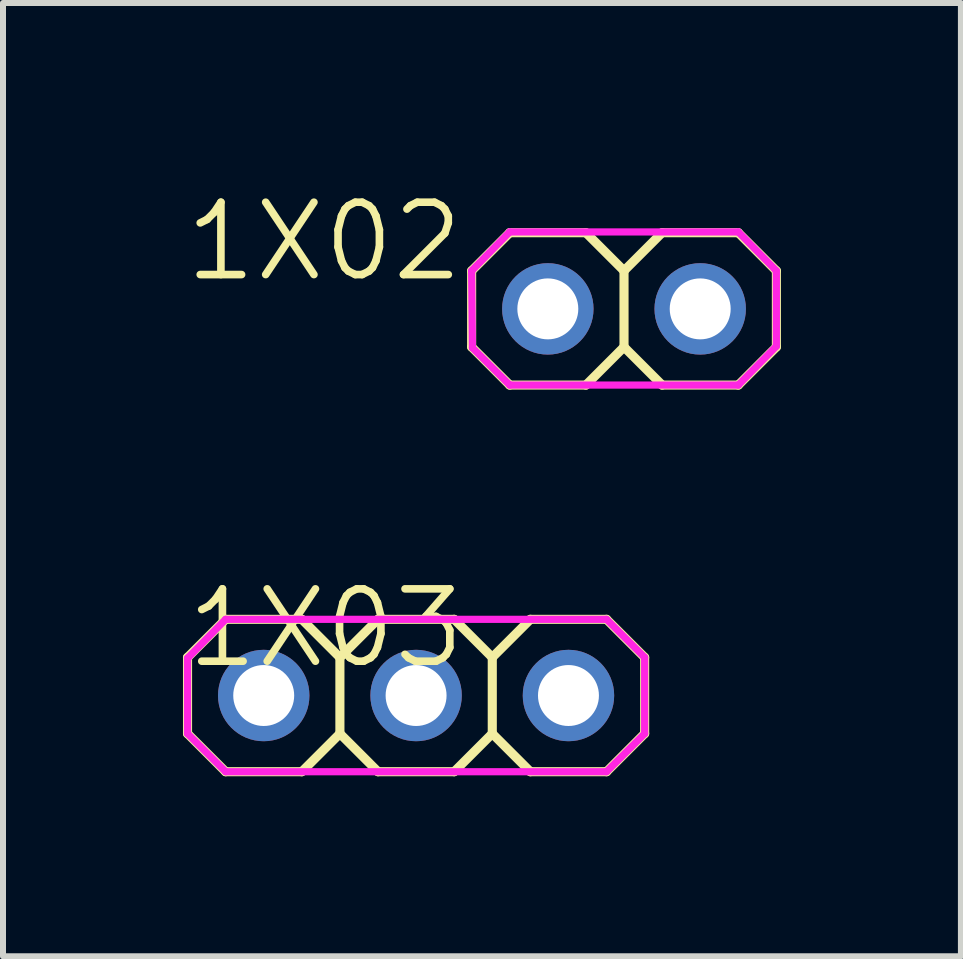
<source format=kicad_pcb>
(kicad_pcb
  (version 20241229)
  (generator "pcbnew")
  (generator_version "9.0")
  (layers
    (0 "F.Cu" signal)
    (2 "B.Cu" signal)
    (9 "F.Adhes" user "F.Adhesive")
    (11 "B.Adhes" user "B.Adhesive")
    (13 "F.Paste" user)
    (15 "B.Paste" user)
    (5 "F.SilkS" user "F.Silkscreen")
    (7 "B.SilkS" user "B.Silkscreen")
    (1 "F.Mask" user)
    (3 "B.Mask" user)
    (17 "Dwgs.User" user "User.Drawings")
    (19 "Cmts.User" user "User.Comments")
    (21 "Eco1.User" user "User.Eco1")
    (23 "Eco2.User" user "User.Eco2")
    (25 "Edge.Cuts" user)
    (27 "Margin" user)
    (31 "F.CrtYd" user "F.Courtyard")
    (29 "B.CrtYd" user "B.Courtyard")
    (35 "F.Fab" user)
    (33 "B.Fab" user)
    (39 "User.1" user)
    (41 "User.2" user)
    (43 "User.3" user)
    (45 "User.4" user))
  (footprint "1X02"
    (layer "F.Cu")
    (at 7.352 2.099)
    (property "Reference" "1X02" (at -2.616 -1.829 0) (layer "F.SilkS") (effects (font (size 1.206 1.206) (thickness 0.127)) (justify right top)))
    (attr through_hole)
    (fp_line (start -2.54 -0.635) (end -2.54 0.635) (stroke (width 0.152) (type solid)) (layer "F.SilkS"))
    (fp_line (start -2.54 0.635) (end -1.905 1.27) (stroke (width 0.152) (type solid)) (layer "F.SilkS"))
    (fp_line (start -1.905 -1.27) (end -2.54 -0.635) (stroke (width 0.152) (type solid)) (layer "F.SilkS"))
    (fp_line (start -1.905 -1.27) (end -0.635 -1.27) (stroke (width 0.152) (type solid)) (layer "F.SilkS"))
    (fp_line (start -0.635 -1.27) (end 0 -0.635) (stroke (width 0.152) (type solid)) (layer "F.SilkS"))
    (fp_line (start -0.635 1.27) (end -1.905 1.27) (stroke (width 0.152) (type solid)) (layer "F.SilkS"))
    (fp_line (start 0 -0.635) (end 0 0.635) (stroke (width 0.152) (type solid)) (layer "F.SilkS"))
    (fp_line (start 0 -0.635) (end 0.635 -1.27) (stroke (width 0.152) (type solid)) (layer "F.SilkS"))
    (fp_line (start 0 0.635) (end -0.635 1.27) (stroke (width 0.152) (type solid)) (layer "F.SilkS"))
    (fp_line (start 0.635 -1.27) (end 1.905 -1.27) (stroke (width 0.152) (type solid)) (layer "F.SilkS"))
    (fp_line (start 0.635 1.27) (end 0 0.635) (stroke (width 0.152) (type solid)) (layer "F.SilkS"))
    (fp_line (start 1.905 -1.27) (end 2.54 -0.635) (stroke (width 0.152) (type solid)) (layer "F.SilkS"))
    (fp_line (start 1.905 1.27) (end 0.635 1.27) (stroke (width 0.152) (type solid)) (layer "F.SilkS"))
    (fp_line (start 2.54 -0.635) (end 2.54 0.635) (stroke (width 0.152) (type solid)) (layer "F.SilkS"))
    (fp_line (start 2.54 0.635) (end 1.905 1.27) (stroke (width 0.152) (type solid)) (layer "F.SilkS"))
    (fp_line (start -2.54 -0.635) (end -1.905 -1.283) (stroke (width 0.12) (type solid)) (layer "F.CrtYd"))
    (fp_line (start -2.527 0.648) (end -2.54 -0.635) (stroke (width 0.12) (type solid)) (layer "F.CrtYd"))
    (fp_line (start -1.905 -1.283) (end 1.905 -1.283) (stroke (width 0.12) (type solid)) (layer "F.CrtYd"))
    (fp_line (start -1.905 1.27) (end -2.527 0.648) (stroke (width 0.12) (type solid)) (layer "F.CrtYd"))
    (fp_line (start 1.905 -1.283) (end 2.54 -0.635) (stroke (width 0.12) (type solid)) (layer "F.CrtYd"))
    (fp_line (start 1.905 1.27) (end -1.905 1.27) (stroke (width 0.12) (type solid)) (layer "F.CrtYd"))
    (fp_line (start 2.54 -0.635) (end 2.54 0.622) (stroke (width 0.12) (type solid)) (layer "F.CrtYd"))
    (fp_line (start 2.54 0.622) (end 1.905 1.27) (stroke (width 0.12) (type solid)) (layer "F.CrtYd"))
    (fp_poly (pts (xy -1.524 0.254) (xy -1.016 0.254) (xy -1.016 -0.254) (xy -1.524 -0.254)) (stroke (width 0.1) (type solid)) (fill no) (layer "F.Fab"))
    (fp_poly (pts (xy 1.016 0.254) (xy 1.524 0.254) (xy 1.524 -0.254) (xy 1.016 -0.254)) (stroke (width 0.1) (type solid)) (fill no) (layer "F.Fab"))
    (pad "1" thru_hole circle (at -1.27 0 90) (size 1.524 1.524) (drill 1.016) (layers "*.Cu" "*.Mask"))
    (pad "2" thru_hole circle (at 1.27 0 90) (size 1.524 1.524) (drill 1.016) (layers "*.Cu" "*.Mask")))
  (footprint "1X03"
    (layer "F.Cu")
    (at 3.886 8.544)
    (property "Reference" "1X03" (at -3.886 -1.829 180) (layer "F.SilkS") (effects (font (size 1.206 1.206) (thickness 0.127)) (justify left top)))
    (attr through_hole)
    (fp_line (start -3.81 -0.635) (end -3.81 0.635) (stroke (width 0.152) (type solid)) (layer "F.SilkS"))
    (fp_line (start -3.81 0.635) (end -3.175 1.27) (stroke (width 0.152) (type solid)) (layer "F.SilkS"))
    (fp_line (start -3.175 -1.27) (end -3.81 -0.635) (stroke (width 0.152) (type solid)) (layer "F.SilkS"))
    (fp_line (start -3.175 -1.27) (end -1.905 -1.27) (stroke (width 0.152) (type solid)) (layer "F.SilkS"))
    (fp_line (start -1.905 -1.27) (end -1.27 -0.635) (stroke (width 0.152) (type solid)) (layer "F.SilkS"))
    (fp_line (start -1.905 1.27) (end -3.175 1.27) (stroke (width 0.152) (type solid)) (layer "F.SilkS"))
    (fp_line (start -1.27 -0.635) (end -1.27 0.635) (stroke (width 0.152) (type solid)) (layer "F.SilkS"))
    (fp_line (start -1.27 -0.635) (end -0.635 -1.27) (stroke (width 0.152) (type solid)) (layer "F.SilkS"))
    (fp_line (start -1.27 0.635) (end -1.905 1.27) (stroke (width 0.152) (type solid)) (layer "F.SilkS"))
    (fp_line (start -0.635 -1.27) (end 0.635 -1.27) (stroke (width 0.152) (type solid)) (layer "F.SilkS"))
    (fp_line (start -0.635 1.27) (end -1.27 0.635) (stroke (width 0.152) (type solid)) (layer "F.SilkS"))
    (fp_line (start 0.635 -1.27) (end 1.27 -0.635) (stroke (width 0.152) (type solid)) (layer "F.SilkS"))
    (fp_line (start 0.635 1.27) (end -0.635 1.27) (stroke (width 0.152) (type solid)) (layer "F.SilkS"))
    (fp_line (start 1.27 -0.635) (end 1.27 0.635) (stroke (width 0.152) (type solid)) (layer "F.SilkS"))
    (fp_line (start 1.27 -0.635) (end 1.905 -1.27) (stroke (width 0.152) (type solid)) (layer "F.SilkS"))
    (fp_line (start 1.27 0.635) (end 0.635 1.27) (stroke (width 0.152) (type solid)) (layer "F.SilkS"))
    (fp_line (start 1.905 -1.27) (end 3.175 -1.27) (stroke (width 0.152) (type solid)) (layer "F.SilkS"))
    (fp_line (start 1.905 1.27) (end 1.27 0.635) (stroke (width 0.152) (type solid)) (layer "F.SilkS"))
    (fp_line (start 3.175 -1.27) (end 3.81 -0.635) (stroke (width 0.152) (type solid)) (layer "F.SilkS"))
    (fp_line (start 3.175 1.27) (end 1.905 1.27) (stroke (width 0.152) (type solid)) (layer "F.SilkS"))
    (fp_line (start 3.81 -0.635) (end 3.81 0.635) (stroke (width 0.152) (type solid)) (layer "F.SilkS"))
    (fp_line (start 3.81 0.635) (end 3.175 1.27) (stroke (width 0.152) (type solid)) (layer "F.SilkS"))
    (fp_line (start -3.81 -0.622) (end -3.797 -0.635) (stroke (width 0.12) (type solid)) (layer "F.CrtYd"))
    (fp_line (start -3.81 0.635) (end -3.81 -0.622) (stroke (width 0.12) (type solid)) (layer "F.CrtYd"))
    (fp_line (start -3.797 -0.635) (end -3.175 -1.27) (stroke (width 0.12) (type solid)) (layer "F.CrtYd"))
    (fp_line (start -3.175 -1.27) (end 3.175 -1.27) (stroke (width 0.12) (type solid)) (layer "F.CrtYd"))
    (fp_line (start -3.175 1.27) (end -3.81 0.635) (stroke (width 0.12) (type solid)) (layer "F.CrtYd"))
    (fp_line (start 3.175 -1.27) (end 3.81 -0.635) (stroke (width 0.12) (type solid)) (layer "F.CrtYd"))
    (fp_line (start 3.175 1.27) (end -3.175 1.27) (stroke (width 0.12) (type solid)) (layer "F.CrtYd"))
    (fp_line (start 3.81 -0.635) (end 3.81 0.635) (stroke (width 0.12) (type solid)) (layer "F.CrtYd"))
    (fp_line (start 3.81 0.635) (end 3.175 1.27) (stroke (width 0.12) (type solid)) (layer "F.CrtYd"))
    (fp_poly (pts (xy -2.794 0.254) (xy -2.286 0.254) (xy -2.286 -0.254) (xy -2.794 -0.254)) (stroke (width 0.1) (type solid)) (fill no) (layer "F.Fab"))
    (fp_poly (pts (xy -0.254 0.254) (xy 0.254 0.254) (xy 0.254 -0.254) (xy -0.254 -0.254)) (stroke (width 0.1) (type solid)) (fill no) (layer "F.Fab"))
    (fp_poly (pts (xy 2.286 0.254) (xy 2.794 0.254) (xy 2.794 -0.254) (xy 2.286 -0.254)) (stroke (width 0.1) (type solid)) (fill no) (layer "F.Fab"))
    (pad "1" thru_hole circle (at -2.54 0 90) (size 1.524 1.524) (drill 1.016) (layers "*.Cu" "*.Mask"))
    (pad "2" thru_hole circle (at 0 0 90) (size 1.524 1.524) (drill 1.016) (layers "*.Cu" "*.Mask"))
    (pad "3" thru_hole circle (at 2.54 0 90) (size 1.524 1.524) (drill 1.016) (layers "*.Cu" "*.Mask")))
  (gr_rect
    (start -3 -3)
    (end 12.968 12.89)
    (stroke (width 0.1) (type default))
    (fill no)
    (layer "Edge.Cuts")))
</source>
